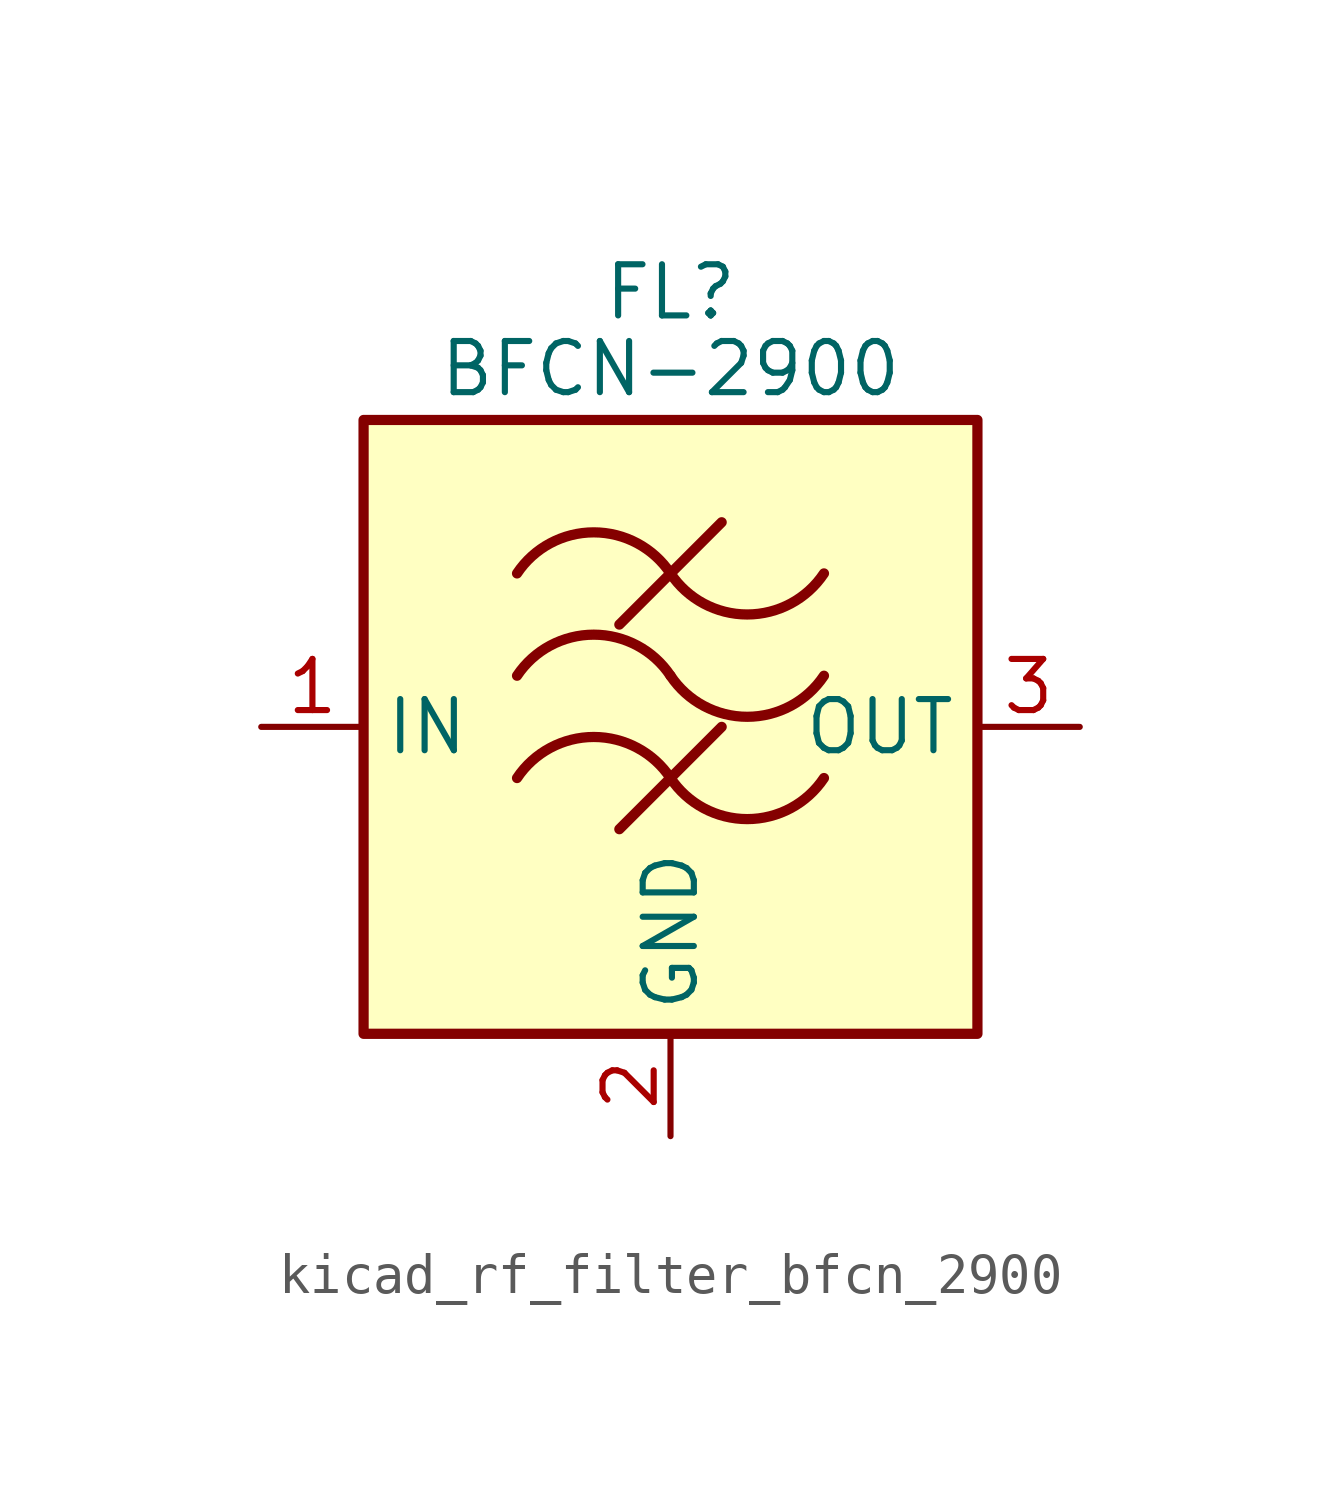
<source format=kicad_sym>
(kicad_symbol_lib
  (version 20220914)
  (generator kicad_symbol_editor)
  (symbol "kicad_rf_filter_bfcn_2900"
    (property "Reference" "FL"
      (at 0 10.795 0)
      (effects (font (size 1.27 1.27))))
    (property "Value" "BFCN-2900"
      (at 0 8.89 0)
      (effects (font (size 1.27 1.27))))
    (symbol "kicad_rf_filter_bfcn_2900_0_1"
      (rectangle (start -7.62 7.62) (end 7.62 -7.62) (stroke (width 0.254) (type default)) (fill (type background)))
      (arc (start 0 -1.27) (mid -1.905 -0.2505) (end -3.81 -1.27) (stroke (width 0.254) (type default)) (fill (type none)))
      (arc (start 0 -1.27) (mid 1.905 -2.2895) (end 3.81 -1.27) (stroke (width 0.254) (type default)) (fill (type none)))
      (polyline (pts (xy -1.27 -2.54) (xy 1.27 0)) (stroke (width 0.254) (type default)) (fill (type none)))
      (polyline (pts (xy -1.27 2.54) (xy 1.27 5.08)) (stroke (width 0.254) (type default)) (fill (type none)))
      (arc (start 0 1.27) (mid -1.905 2.2895) (end -3.81 1.27) (stroke (width 0.254) (type default)) (fill (type none)))
      (arc (start 0 1.27) (mid 1.905 0.2505) (end 3.81 1.27) (stroke (width 0.254) (type default)) (fill (type none)))
      (arc (start 0 3.81) (mid -1.905 4.8295) (end -3.81 3.81) (stroke (width 0.254) (type default)) (fill (type none)))
      (arc (start 0 3.81) (mid 1.905 2.7905) (end 3.81 3.81) (stroke (width 0.254) (type default)) (fill (type none))))
    (symbol "kicad_rf_filter_bfcn_2900_1_1"
      (pin passive line (at -10.16 0 0) (length 2.54) (name "IN" (effects (font (size 1.27 1.27)))) (number "1" (effects (font (size 1.27 1.27)))))
      (pin passive line (at 0 -10.16 90) (length 2.54) (name "GND" (effects (font (size 1.27 1.27)))) (number "2" (effects (font (size 1.27 1.27)))))
      (pin passive line (at 10.16 0 180) (length 2.54) (name "OUT" (effects (font (size 1.27 1.27)))) (number "3" (effects (font (size 1.27 1.27)))))
      (pin passive line (at 0 -10.16 90) (length 2.54) hide (name "GND" (effects (font (size 1.27 1.27)))) (number "4" (effects (font (size 1.27 1.27)))))
      (pin passive line (at 0 -10.16 90) (length 2.54) hide (name "GND" (effects (font (size 1.27 1.27)))) (number "5" (effects (font (size 1.27 1.27)))))
      (pin passive line (at 0 -10.16 90) (length 2.54) hide (name "GND" (effects (font (size 1.27 1.27)))) (number "6" (effects (font (size 1.27 1.27))))))))
</source>
